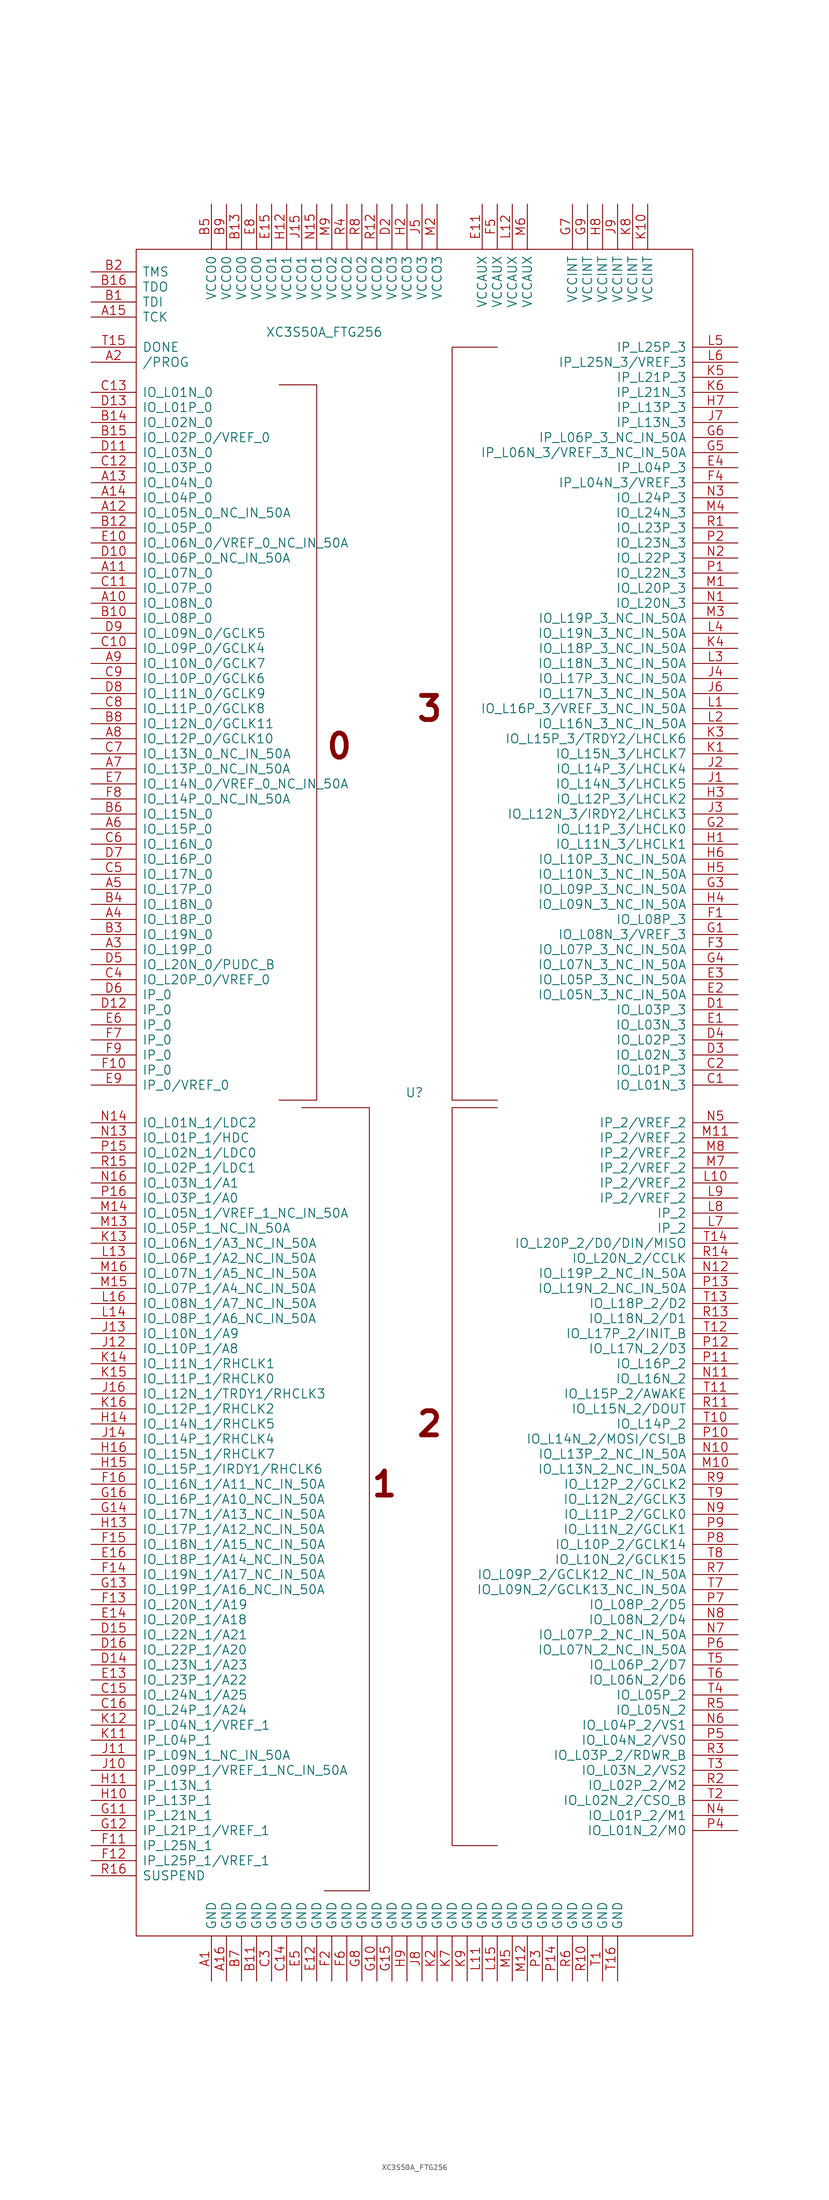
<source format=kicad_sym>
(kicad_symbol_lib
  (version 20211014)
  (generator kicad_symbol_editor)
  (symbol "XC3S50A_FTG256"
    (pin_names
      (offset 1.016))
    (property "Reference" "U"
      (at 0 0 0)
      (effects (font (size 1.524 1.524))))
    (property "Value" "XC3S50A_FTG256"
      (at -15.24 128.27 0)
      (effects (font (size 1.524 1.524))))
    (property "Footprint" ""
      (at 0 0 0)
      (effects (font (size 1.524 1.524))))
    (property "Datasheet" ""
      (at 0 0 0)
      (effects (font (size 1.524 1.524))))
    (symbol "XC3S50A_FTG256_0_0"
      (text "0" (at -12.7 58.42 0) (effects (font (size 4.064 4.064) bold)))
      (text "1" (at -5.08 -66.04 0) (effects (font (size 4.064 4.064) bold)))
      (text "2" (at 2.54 -55.88 0) (effects (font (size 4.064 4.064) bold)))
      (text "3" (at 2.54 64.77 0) (effects (font (size 4.064 4.064) bold))))
    (symbol "XC3S50A_FTG256_0_1"
      (rectangle (start -46.99 142.24) (end 46.99 -142.24) (stroke (width 0) (type default) (color 0 0 0 0)) (fill (type none)))
      (polyline (pts (xy -22.86 119.38) (xy -16.51 119.38) (xy -16.51 -1.27) (xy -22.86 -1.27) (xy -22.86 -1.27)) (stroke (width 0) (type default) (color 0 0 0 0)) (fill (type none)))
      (polyline (pts (xy -19.05 -2.54) (xy -7.62 -2.54) (xy -7.62 -134.62) (xy -15.24 -134.62) (xy -15.24 -134.62)) (stroke (width 0) (type default) (color 0 0 0 0)) (fill (type none)))
      (polyline (pts (xy 13.97 -2.54) (xy 6.35 -2.54) (xy 6.35 -127) (xy 13.97 -127) (xy 13.97 -127)) (stroke (width 0) (type default) (color 0 0 0 0)) (fill (type none)))
      (polyline (pts (xy 13.97 125.73) (xy 6.35 125.73) (xy 6.35 -1.27) (xy 13.97 -1.27) (xy 13.97 -1.27)) (stroke (width 0) (type default) (color 0 0 0 0)) (fill (type none))))
    (symbol "XC3S50A_FTG256_1_1"
      (pin power_in line (at -34.29 -149.86 90) (length 7.62) (name "GND" (effects (font (size 1.524 1.524)))) (number "A1" (effects (font (size 1.524 1.524)))))
      (pin bidirectional line (at -54.61 82.55 0) (length 7.62) (name "IO_L08N_0" (effects (font (size 1.524 1.524)))) (number "A10" (effects (font (size 1.524 1.524)))))
      (pin bidirectional line (at -54.61 87.63 0) (length 7.62) (name "IO_L07N_0" (effects (font (size 1.524 1.524)))) (number "A11" (effects (font (size 1.524 1.524)))))
      (pin bidirectional line (at -54.61 97.79 0) (length 7.62) (name "IO_L05N_0_NC_IN_50A" (effects (font (size 1.524 1.524)))) (number "A12" (effects (font (size 1.524 1.524)))))
      (pin bidirectional line (at -54.61 102.87 0) (length 7.62) (name "IO_L04N_0" (effects (font (size 1.524 1.524)))) (number "A13" (effects (font (size 1.524 1.524)))))
      (pin bidirectional line (at -54.61 100.33 0) (length 7.62) (name "IO_L04P_0" (effects (font (size 1.524 1.524)))) (number "A14" (effects (font (size 1.524 1.524)))))
      (pin input line (at -54.61 130.81 0) (length 7.62) (name "TCK" (effects (font (size 1.524 1.524)))) (number "A15" (effects (font (size 1.524 1.524)))))
      (pin power_in line (at -31.75 -149.86 90) (length 7.62) (name "GND" (effects (font (size 1.524 1.524)))) (number "A16" (effects (font (size 1.524 1.524)))))
      (pin bidirectional line (at -54.61 123.19 0) (length 7.62) (name "/PROG" (effects (font (size 1.524 1.524)))) (number "A2" (effects (font (size 1.524 1.524)))))
      (pin bidirectional line (at -54.61 24.13 0) (length 7.62) (name "IO_L19P_0" (effects (font (size 1.524 1.524)))) (number "A3" (effects (font (size 1.524 1.524)))))
      (pin bidirectional line (at -54.61 29.21 0) (length 7.62) (name "IO_L18P_0" (effects (font (size 1.524 1.524)))) (number "A4" (effects (font (size 1.524 1.524)))))
      (pin bidirectional line (at -54.61 34.29 0) (length 7.62) (name "IO_L17P_0" (effects (font (size 1.524 1.524)))) (number "A5" (effects (font (size 1.524 1.524)))))
      (pin bidirectional line (at -54.61 44.45 0) (length 7.62) (name "IO_L15P_0" (effects (font (size 1.524 1.524)))) (number "A6" (effects (font (size 1.524 1.524)))))
      (pin bidirectional line (at -54.61 54.61 0) (length 7.62) (name "IO_L13P_0_NC_IN_50A" (effects (font (size 1.524 1.524)))) (number "A7" (effects (font (size 1.524 1.524)))))
      (pin bidirectional line (at -54.61 59.69 0) (length 7.62) (name "IO_L12P_0/GCLK10" (effects (font (size 1.524 1.524)))) (number "A8" (effects (font (size 1.524 1.524)))))
      (pin bidirectional line (at -54.61 72.39 0) (length 7.62) (name "IO_L10N_0/GCLK7" (effects (font (size 1.524 1.524)))) (number "A9" (effects (font (size 1.524 1.524)))))
      (pin input line (at -54.61 133.35 0) (length 7.62) (name "TDI" (effects (font (size 1.524 1.524)))) (number "B1" (effects (font (size 1.524 1.524)))))
      (pin bidirectional line (at -54.61 80.01 0) (length 7.62) (name "IO_L08P_0" (effects (font (size 1.524 1.524)))) (number "B10" (effects (font (size 1.524 1.524)))))
      (pin power_in line (at -26.67 -149.86 90) (length 7.62) (name "GND" (effects (font (size 1.524 1.524)))) (number "B11" (effects (font (size 1.524 1.524)))))
      (pin bidirectional line (at -54.61 95.25 0) (length 7.62) (name "IO_L05P_0" (effects (font (size 1.524 1.524)))) (number "B12" (effects (font (size 1.524 1.524)))))
      (pin power_in line (at -29.21 149.86 270) (length 7.62) (name "VCCO0" (effects (font (size 1.524 1.524)))) (number "B13" (effects (font (size 1.524 1.524)))))
      (pin bidirectional line (at -54.61 113.03 0) (length 7.62) (name "IO_L02N_0" (effects (font (size 1.524 1.524)))) (number "B14" (effects (font (size 1.524 1.524)))))
      (pin bidirectional line (at -54.61 110.49 0) (length 7.62) (name "IO_L02P_0/VREF_0" (effects (font (size 1.524 1.524)))) (number "B15" (effects (font (size 1.524 1.524)))))
      (pin output line (at -54.61 135.89 0) (length 7.62) (name "TDO" (effects (font (size 1.524 1.524)))) (number "B16" (effects (font (size 1.524 1.524)))))
      (pin input line (at -54.61 138.43 0) (length 7.62) (name "TMS" (effects (font (size 1.524 1.524)))) (number "B2" (effects (font (size 1.524 1.524)))))
      (pin bidirectional line (at -54.61 26.67 0) (length 7.62) (name "IO_L19N_0" (effects (font (size 1.524 1.524)))) (number "B3" (effects (font (size 1.524 1.524)))))
      (pin bidirectional line (at -54.61 31.75 0) (length 7.62) (name "IO_L18N_0" (effects (font (size 1.524 1.524)))) (number "B4" (effects (font (size 1.524 1.524)))))
      (pin power_in line (at -34.29 149.86 270) (length 7.62) (name "VCCO0" (effects (font (size 1.524 1.524)))) (number "B5" (effects (font (size 1.524 1.524)))))
      (pin bidirectional line (at -54.61 46.99 0) (length 7.62) (name "IO_L15N_0" (effects (font (size 1.524 1.524)))) (number "B6" (effects (font (size 1.524 1.524)))))
      (pin power_in line (at -29.21 -149.86 90) (length 7.62) (name "GND" (effects (font (size 1.524 1.524)))) (number "B7" (effects (font (size 1.524 1.524)))))
      (pin bidirectional line (at -54.61 62.23 0) (length 7.62) (name "IO_L12N_0/GCLK11" (effects (font (size 1.524 1.524)))) (number "B8" (effects (font (size 1.524 1.524)))))
      (pin power_in line (at -31.75 149.86 270) (length 7.62) (name "VCCO0" (effects (font (size 1.524 1.524)))) (number "B9" (effects (font (size 1.524 1.524)))))
      (pin bidirectional line (at 54.61 1.27 180) (length 7.62) (name "IO_L01N_3" (effects (font (size 1.524 1.524)))) (number "C1" (effects (font (size 1.524 1.524)))))
      (pin bidirectional line (at -54.61 74.93 0) (length 7.62) (name "IO_L09P_0/GCLK4" (effects (font (size 1.524 1.524)))) (number "C10" (effects (font (size 1.524 1.524)))))
      (pin bidirectional line (at -54.61 85.09 0) (length 7.62) (name "IO_L07P_0" (effects (font (size 1.524 1.524)))) (number "C11" (effects (font (size 1.524 1.524)))))
      (pin bidirectional line (at -54.61 105.41 0) (length 7.62) (name "IO_L03P_0" (effects (font (size 1.524 1.524)))) (number "C12" (effects (font (size 1.524 1.524)))))
      (pin bidirectional line (at -54.61 118.11 0) (length 7.62) (name "IO_L01N_0" (effects (font (size 1.524 1.524)))) (number "C13" (effects (font (size 1.524 1.524)))))
      (pin power_in line (at -21.59 -149.86 90) (length 7.62) (name "GND" (effects (font (size 1.524 1.524)))) (number "C14" (effects (font (size 1.524 1.524)))))
      (pin bidirectional line (at -54.61 -101.6 0) (length 7.62) (name "IO_L24N_1/A25" (effects (font (size 1.524 1.524)))) (number "C15" (effects (font (size 1.524 1.524)))))
      (pin bidirectional line (at -54.61 -104.14 0) (length 7.62) (name "IO_L24P_1/A24" (effects (font (size 1.524 1.524)))) (number "C16" (effects (font (size 1.524 1.524)))))
      (pin bidirectional line (at 54.61 3.81 180) (length 7.62) (name "IO_L01P_3" (effects (font (size 1.524 1.524)))) (number "C2" (effects (font (size 1.524 1.524)))))
      (pin power_in line (at -24.13 -149.86 90) (length 7.62) (name "GND" (effects (font (size 1.524 1.524)))) (number "C3" (effects (font (size 1.524 1.524)))))
      (pin bidirectional line (at -54.61 19.05 0) (length 7.62) (name "IO_L20P_0/VREF_0" (effects (font (size 1.524 1.524)))) (number "C4" (effects (font (size 1.524 1.524)))))
      (pin bidirectional line (at -54.61 36.83 0) (length 7.62) (name "IO_L17N_0" (effects (font (size 1.524 1.524)))) (number "C5" (effects (font (size 1.524 1.524)))))
      (pin bidirectional line (at -54.61 41.91 0) (length 7.62) (name "IO_L16N_0" (effects (font (size 1.524 1.524)))) (number "C6" (effects (font (size 1.524 1.524)))))
      (pin bidirectional line (at -54.61 57.15 0) (length 7.62) (name "IO_L13N_0_NC_IN_50A" (effects (font (size 1.524 1.524)))) (number "C7" (effects (font (size 1.524 1.524)))))
      (pin bidirectional line (at -54.61 64.77 0) (length 7.62) (name "IO_L11P_0/GCLK8" (effects (font (size 1.524 1.524)))) (number "C8" (effects (font (size 1.524 1.524)))))
      (pin bidirectional line (at -54.61 69.85 0) (length 7.62) (name "IO_L10P_0/GCLK6" (effects (font (size 1.524 1.524)))) (number "C9" (effects (font (size 1.524 1.524)))))
      (pin bidirectional line (at 54.61 13.97 180) (length 7.62) (name "IO_L03P_3" (effects (font (size 1.524 1.524)))) (number "D1" (effects (font (size 1.524 1.524)))))
      (pin bidirectional line (at -54.61 90.17 0) (length 7.62) (name "IO_L06P_0_NC_IN_50A" (effects (font (size 1.524 1.524)))) (number "D10" (effects (font (size 1.524 1.524)))))
      (pin bidirectional line (at -54.61 107.95 0) (length 7.62) (name "IO_L03N_0" (effects (font (size 1.524 1.524)))) (number "D11" (effects (font (size 1.524 1.524)))))
      (pin input line (at -54.61 13.97 0) (length 7.62) (name "IP_0" (effects (font (size 1.524 1.524)))) (number "D12" (effects (font (size 1.524 1.524)))))
      (pin bidirectional line (at -54.61 115.57 0) (length 7.62) (name "IO_L01P_0" (effects (font (size 1.524 1.524)))) (number "D13" (effects (font (size 1.524 1.524)))))
      (pin bidirectional line (at -54.61 -96.52 0) (length 7.62) (name "IO_L23N_1/A23" (effects (font (size 1.524 1.524)))) (number "D14" (effects (font (size 1.524 1.524)))))
      (pin bidirectional line (at -54.61 -91.44 0) (length 7.62) (name "IO_L22N_1/A21" (effects (font (size 1.524 1.524)))) (number "D15" (effects (font (size 1.524 1.524)))))
      (pin bidirectional line (at -54.61 -93.98 0) (length 7.62) (name "IO_L22P_1/A20" (effects (font (size 1.524 1.524)))) (number "D16" (effects (font (size 1.524 1.524)))))
      (pin passive line (at -3.81 149.86 270) (length 7.62) (name "VCCO3" (effects (font (size 1.524 1.524)))) (number "D2" (effects (font (size 1.524 1.524)))))
      (pin bidirectional line (at 54.61 6.35 180) (length 7.62) (name "IO_L02N_3" (effects (font (size 1.524 1.524)))) (number "D3" (effects (font (size 1.524 1.524)))))
      (pin bidirectional line (at 54.61 8.89 180) (length 7.62) (name "IO_L02P_3" (effects (font (size 1.524 1.524)))) (number "D4" (effects (font (size 1.524 1.524)))))
      (pin bidirectional line (at -54.61 21.59 0) (length 7.62) (name "IO_L20N_0/PUDC_B" (effects (font (size 1.524 1.524)))) (number "D5" (effects (font (size 1.524 1.524)))))
      (pin input line (at -54.61 16.51 0) (length 7.62) (name "IP_0" (effects (font (size 1.524 1.524)))) (number "D6" (effects (font (size 1.524 1.524)))))
      (pin bidirectional line (at -54.61 39.37 0) (length 7.62) (name "IO_L16P_0" (effects (font (size 1.524 1.524)))) (number "D7" (effects (font (size 1.524 1.524)))))
      (pin bidirectional line (at -54.61 67.31 0) (length 7.62) (name "IO_L11N_0/GCLK9" (effects (font (size 1.524 1.524)))) (number "D8" (effects (font (size 1.524 1.524)))))
      (pin bidirectional line (at -54.61 77.47 0) (length 7.62) (name "IO_L09N_0/GCLK5" (effects (font (size 1.524 1.524)))) (number "D9" (effects (font (size 1.524 1.524)))))
      (pin bidirectional line (at 54.61 11.43 180) (length 7.62) (name "IO_L03N_3" (effects (font (size 1.524 1.524)))) (number "E1" (effects (font (size 1.524 1.524)))))
      (pin bidirectional line (at -54.61 92.71 0) (length 7.62) (name "IO_L06N_0/VREF_0_NC_IN_50A" (effects (font (size 1.524 1.524)))) (number "E10" (effects (font (size 1.524 1.524)))))
      (pin power_in line (at 11.43 149.86 270) (length 7.62) (name "VCCAUX" (effects (font (size 1.524 1.524)))) (number "E11" (effects (font (size 1.524 1.524)))))
      (pin power_in line (at -16.51 -149.86 90) (length 7.62) (name "GND" (effects (font (size 1.524 1.524)))) (number "E12" (effects (font (size 1.524 1.524)))))
      (pin bidirectional line (at -54.61 -99.06 0) (length 7.62) (name "IO_L23P_1/A22" (effects (font (size 1.524 1.524)))) (number "E13" (effects (font (size 1.524 1.524)))))
      (pin bidirectional line (at -54.61 -88.9 0) (length 7.62) (name "IO_L20P_1/A18" (effects (font (size 1.524 1.524)))) (number "E14" (effects (font (size 1.524 1.524)))))
      (pin power_in line (at -24.13 149.86 270) (length 7.62) (name "VCCO1" (effects (font (size 1.524 1.524)))) (number "E15" (effects (font (size 1.524 1.524)))))
      (pin bidirectional line (at -54.61 -78.74 0) (length 7.62) (name "IO_L18P_1/A14_NC_IN_50A" (effects (font (size 1.524 1.524)))) (number "E16" (effects (font (size 1.524 1.524)))))
      (pin bidirectional line (at 54.61 16.51 180) (length 7.62) (name "IO_L05N_3_NC_IN_50A" (effects (font (size 1.524 1.524)))) (number "E2" (effects (font (size 1.524 1.524)))))
      (pin bidirectional line (at 54.61 19.05 180) (length 7.62) (name "IO_L05P_3_NC_IN_50A" (effects (font (size 1.524 1.524)))) (number "E3" (effects (font (size 1.524 1.524)))))
      (pin input line (at 54.61 105.41 180) (length 7.62) (name "IP_L04P_3" (effects (font (size 1.524 1.524)))) (number "E4" (effects (font (size 1.524 1.524)))))
      (pin power_in line (at -19.05 -149.86 90) (length 7.62) (name "GND" (effects (font (size 1.524 1.524)))) (number "E5" (effects (font (size 1.524 1.524)))))
      (pin input line (at -54.61 11.43 0) (length 7.62) (name "IP_0" (effects (font (size 1.524 1.524)))) (number "E6" (effects (font (size 1.524 1.524)))))
      (pin bidirectional line (at -54.61 52.07 0) (length 7.62) (name "IO_L14N_0/VREF_0_NC_IN_50A" (effects (font (size 1.524 1.524)))) (number "E7" (effects (font (size 1.524 1.524)))))
      (pin power_in line (at -26.67 149.86 270) (length 7.62) (name "VCCO0" (effects (font (size 1.524 1.524)))) (number "E8" (effects (font (size 1.524 1.524)))))
      (pin input line (at -54.61 1.27 0) (length 7.62) (name "IP_0/VREF_0" (effects (font (size 1.524 1.524)))) (number "E9" (effects (font (size 1.524 1.524)))))
      (pin bidirectional line (at 54.61 29.21 180) (length 7.62) (name "IO_L08P_3" (effects (font (size 1.524 1.524)))) (number "F1" (effects (font (size 1.524 1.524)))))
      (pin input line (at -54.61 3.81 0) (length 7.62) (name "IP_0" (effects (font (size 1.524 1.524)))) (number "F10" (effects (font (size 1.524 1.524)))))
      (pin input line (at -54.61 -127 0) (length 7.62) (name "IP_L25N_1" (effects (font (size 1.524 1.524)))) (number "F11" (effects (font (size 1.524 1.524)))))
      (pin input line (at -54.61 -129.54 0) (length 7.62) (name "IP_L25P_1/VREF_1" (effects (font (size 1.524 1.524)))) (number "F12" (effects (font (size 1.524 1.524)))))
      (pin bidirectional line (at -54.61 -86.36 0) (length 7.62) (name "IO_L20N_1/A19" (effects (font (size 1.524 1.524)))) (number "F13" (effects (font (size 1.524 1.524)))))
      (pin bidirectional line (at -54.61 -81.28 0) (length 7.62) (name "IO_L19N_1/A17_NC_IN_50A" (effects (font (size 1.524 1.524)))) (number "F14" (effects (font (size 1.524 1.524)))))
      (pin bidirectional line (at -54.61 -76.2 0) (length 7.62) (name "IO_L18N_1/A15_NC_IN_50A" (effects (font (size 1.524 1.524)))) (number "F15" (effects (font (size 1.524 1.524)))))
      (pin bidirectional line (at -54.61 -66.04 0) (length 7.62) (name "IO_L16N_1/A11_NC_IN_50A" (effects (font (size 1.524 1.524)))) (number "F16" (effects (font (size 1.524 1.524)))))
      (pin power_in line (at -13.97 -149.86 90) (length 7.62) (name "GND" (effects (font (size 1.524 1.524)))) (number "F2" (effects (font (size 1.524 1.524)))))
      (pin bidirectional line (at 54.61 24.13 180) (length 7.62) (name "IO_L07P_3_NC_IN_50A" (effects (font (size 1.524 1.524)))) (number "F3" (effects (font (size 1.524 1.524)))))
      (pin input line (at 54.61 102.87 180) (length 7.62) (name "IP_L04N_3/VREF_3" (effects (font (size 1.524 1.524)))) (number "F4" (effects (font (size 1.524 1.524)))))
      (pin power_in line (at 13.97 149.86 270) (length 7.62) (name "VCCAUX" (effects (font (size 1.524 1.524)))) (number "F5" (effects (font (size 1.524 1.524)))))
      (pin power_in line (at -11.43 -149.86 90) (length 7.62) (name "GND" (effects (font (size 1.524 1.524)))) (number "F6" (effects (font (size 1.524 1.524)))))
      (pin input line (at -54.61 8.89 0) (length 7.62) (name "IP_0" (effects (font (size 1.524 1.524)))) (number "F7" (effects (font (size 1.524 1.524)))))
      (pin bidirectional line (at -54.61 49.53 0) (length 7.62) (name "IO_L14P_0_NC_IN_50A" (effects (font (size 1.524 1.524)))) (number "F8" (effects (font (size 1.524 1.524)))))
      (pin input line (at -54.61 6.35 0) (length 7.62) (name "IP_0" (effects (font (size 1.524 1.524)))) (number "F9" (effects (font (size 1.524 1.524)))))
      (pin bidirectional line (at 54.61 26.67 180) (length 7.62) (name "IO_L08N_3/VREF_3" (effects (font (size 1.524 1.524)))) (number "G1" (effects (font (size 1.524 1.524)))))
      (pin power_in line (at -6.35 -149.86 90) (length 7.62) (name "GND" (effects (font (size 1.524 1.524)))) (number "G10" (effects (font (size 1.524 1.524)))))
      (pin input line (at -54.61 -121.92 0) (length 7.62) (name "IP_L21N_1" (effects (font (size 1.524 1.524)))) (number "G11" (effects (font (size 1.524 1.524)))))
      (pin input line (at -54.61 -124.46 0) (length 7.62) (name "IP_L21P_1/VREF_1" (effects (font (size 1.524 1.524)))) (number "G12" (effects (font (size 1.524 1.524)))))
      (pin bidirectional line (at -54.61 -83.82 0) (length 7.62) (name "IO_L19P_1/A16_NC_IN_50A" (effects (font (size 1.524 1.524)))) (number "G13" (effects (font (size 1.524 1.524)))))
      (pin bidirectional line (at -54.61 -71.12 0) (length 7.62) (name "IO_L17N_1/A13_NC_IN_50A" (effects (font (size 1.524 1.524)))) (number "G14" (effects (font (size 1.524 1.524)))))
      (pin power_in line (at -3.81 -149.86 90) (length 7.62) (name "GND" (effects (font (size 1.524 1.524)))) (number "G15" (effects (font (size 1.524 1.524)))))
      (pin bidirectional line (at -54.61 -68.58 0) (length 7.62) (name "IO_L16P_1/A10_NC_IN_50A" (effects (font (size 1.524 1.524)))) (number "G16" (effects (font (size 1.524 1.524)))))
      (pin bidirectional line (at 54.61 44.45 180) (length 7.62) (name "IO_L11P_3/LHCLK0" (effects (font (size 1.524 1.524)))) (number "G2" (effects (font (size 1.524 1.524)))))
      (pin bidirectional line (at 54.61 34.29 180) (length 7.62) (name "IO_L09P_3_NC_IN_50A" (effects (font (size 1.524 1.524)))) (number "G3" (effects (font (size 1.524 1.524)))))
      (pin bidirectional line (at 54.61 21.59 180) (length 7.62) (name "IO_L07N_3_NC_IN_50A" (effects (font (size 1.524 1.524)))) (number "G4" (effects (font (size 1.524 1.524)))))
      (pin input line (at 54.61 107.95 180) (length 7.62) (name "IP_L06N_3/VREF_3_NC_IN_50A" (effects (font (size 1.524 1.524)))) (number "G5" (effects (font (size 1.524 1.524)))))
      (pin input line (at 54.61 110.49 180) (length 7.62) (name "IP_L06P_3_NC_IN_50A" (effects (font (size 1.524 1.524)))) (number "G6" (effects (font (size 1.524 1.524)))))
      (pin power_in line (at 26.67 149.86 270) (length 7.62) (name "VCCINT" (effects (font (size 1.524 1.524)))) (number "G7" (effects (font (size 1.524 1.524)))))
      (pin power_in line (at -8.89 -149.86 90) (length 7.62) (name "GND" (effects (font (size 1.524 1.524)))) (number "G8" (effects (font (size 1.524 1.524)))))
      (pin power_in line (at 29.21 149.86 270) (length 7.62) (name "VCCINT" (effects (font (size 1.524 1.524)))) (number "G9" (effects (font (size 1.524 1.524)))))
      (pin bidirectional line (at 54.61 41.91 180) (length 7.62) (name "IO_L11N_3/LHCLK1" (effects (font (size 1.524 1.524)))) (number "H1" (effects (font (size 1.524 1.524)))))
      (pin input line (at -54.61 -119.38 0) (length 7.62) (name "IP_L13P_1" (effects (font (size 1.524 1.524)))) (number "H10" (effects (font (size 1.524 1.524)))))
      (pin input line (at -54.61 -116.84 0) (length 7.62) (name "IP_L13N_1" (effects (font (size 1.524 1.524)))) (number "H11" (effects (font (size 1.524 1.524)))))
      (pin power_in line (at -21.59 149.86 270) (length 7.62) (name "VCCO1" (effects (font (size 1.524 1.524)))) (number "H12" (effects (font (size 1.524 1.524)))))
      (pin bidirectional line (at -54.61 -73.66 0) (length 7.62) (name "IO_L17P_1/A12_NC_IN_50A" (effects (font (size 1.524 1.524)))) (number "H13" (effects (font (size 1.524 1.524)))))
      (pin bidirectional line (at -54.61 -55.88 0) (length 7.62) (name "IO_L14N_1/RHCLK5" (effects (font (size 1.524 1.524)))) (number "H14" (effects (font (size 1.524 1.524)))))
      (pin bidirectional line (at -54.61 -63.5 0) (length 7.62) (name "IO_L15P_1/IRDY1/RHCLK6" (effects (font (size 1.524 1.524)))) (number "H15" (effects (font (size 1.524 1.524)))))
      (pin bidirectional line (at -54.61 -60.96 0) (length 7.62) (name "IO_L15N_1/RHCLK7" (effects (font (size 1.524 1.524)))) (number "H16" (effects (font (size 1.524 1.524)))))
      (pin power_in line (at -1.27 149.86 270) (length 7.62) (name "VCCO3" (effects (font (size 1.524 1.524)))) (number "H2" (effects (font (size 1.524 1.524)))))
      (pin bidirectional line (at 54.61 49.53 180) (length 7.62) (name "IO_L12P_3/LHCLK2" (effects (font (size 1.524 1.524)))) (number "H3" (effects (font (size 1.524 1.524)))))
      (pin bidirectional line (at 54.61 31.75 180) (length 7.62) (name "IO_L09N_3_NC_IN_50A" (effects (font (size 1.524 1.524)))) (number "H4" (effects (font (size 1.524 1.524)))))
      (pin bidirectional line (at 54.61 36.83 180) (length 7.62) (name "IO_L10N_3_NC_IN_50A" (effects (font (size 1.524 1.524)))) (number "H5" (effects (font (size 1.524 1.524)))))
      (pin bidirectional line (at 54.61 39.37 180) (length 7.62) (name "IO_L10P_3_NC_IN_50A" (effects (font (size 1.524 1.524)))) (number "H6" (effects (font (size 1.524 1.524)))))
      (pin input line (at 54.61 115.57 180) (length 7.62) (name "IP_L13P_3" (effects (font (size 1.524 1.524)))) (number "H7" (effects (font (size 1.524 1.524)))))
      (pin power_in line (at 31.75 149.86 270) (length 7.62) (name "VCCINT" (effects (font (size 1.524 1.524)))) (number "H8" (effects (font (size 1.524 1.524)))))
      (pin power_in line (at -1.27 -149.86 90) (length 7.62) (name "GND" (effects (font (size 1.524 1.524)))) (number "H9" (effects (font (size 1.524 1.524)))))
      (pin bidirectional line (at 54.61 52.07 180) (length 7.62) (name "IO_L14N_3/LHCLK5" (effects (font (size 1.524 1.524)))) (number "J1" (effects (font (size 1.524 1.524)))))
      (pin input line (at -54.61 -114.3 0) (length 7.62) (name "IP_L09P_1/VREF_1_NC_IN_50A" (effects (font (size 1.524 1.524)))) (number "J10" (effects (font (size 1.524 1.524)))))
      (pin input line (at -54.61 -111.76 0) (length 7.62) (name "IP_L09N_1_NC_IN_50A" (effects (font (size 1.524 1.524)))) (number "J11" (effects (font (size 1.524 1.524)))))
      (pin bidirectional line (at -54.61 -43.18 0) (length 7.62) (name "IO_L10P_1/A8" (effects (font (size 1.524 1.524)))) (number "J12" (effects (font (size 1.524 1.524)))))
      (pin bidirectional line (at -54.61 -40.64 0) (length 7.62) (name "IO_L10N_1/A9" (effects (font (size 1.524 1.524)))) (number "J13" (effects (font (size 1.524 1.524)))))
      (pin bidirectional line (at -54.61 -58.42 0) (length 7.62) (name "IO_L14P_1/RHCLK4" (effects (font (size 1.524 1.524)))) (number "J14" (effects (font (size 1.524 1.524)))))
      (pin power_in line (at -19.05 149.86 270) (length 7.62) (name "VCCO1" (effects (font (size 1.524 1.524)))) (number "J15" (effects (font (size 1.524 1.524)))))
      (pin bidirectional line (at -54.61 -50.8 0) (length 7.62) (name "IO_L12N_1/TRDY1/RHCLK3" (effects (font (size 1.524 1.524)))) (number "J16" (effects (font (size 1.524 1.524)))))
      (pin bidirectional line (at 54.61 54.61 180) (length 7.62) (name "IO_L14P_3/LHCLK4" (effects (font (size 1.524 1.524)))) (number "J2" (effects (font (size 1.524 1.524)))))
      (pin bidirectional line (at 54.61 46.99 180) (length 7.62) (name "IO_L12N_3/IRDY2/LHCLK3" (effects (font (size 1.524 1.524)))) (number "J3" (effects (font (size 1.524 1.524)))))
      (pin bidirectional line (at 54.61 69.85 180) (length 7.62) (name "IO_L17P_3_NC_IN_50A" (effects (font (size 1.524 1.524)))) (number "J4" (effects (font (size 1.524 1.524)))))
      (pin power_in line (at 1.27 149.86 270) (length 7.62) (name "VCCO3" (effects (font (size 1.524 1.524)))) (number "J5" (effects (font (size 1.524 1.524)))))
      (pin bidirectional line (at 54.61 67.31 180) (length 7.62) (name "IO_L17N_3_NC_IN_50A" (effects (font (size 1.524 1.524)))) (number "J6" (effects (font (size 1.524 1.524)))))
      (pin input line (at 54.61 113.03 180) (length 7.62) (name "IP_L13N_3" (effects (font (size 1.524 1.524)))) (number "J7" (effects (font (size 1.524 1.524)))))
      (pin power_in line (at 1.27 -149.86 90) (length 7.62) (name "GND" (effects (font (size 1.524 1.524)))) (number "J8" (effects (font (size 1.524 1.524)))))
      (pin power_in line (at 34.29 149.86 270) (length 7.62) (name "VCCINT" (effects (font (size 1.524 1.524)))) (number "J9" (effects (font (size 1.524 1.524)))))
      (pin bidirectional line (at 54.61 57.15 180) (length 7.62) (name "IO_L15N_3/LHCLK7" (effects (font (size 1.524 1.524)))) (number "K1" (effects (font (size 1.524 1.524)))))
      (pin power_in line (at 39.37 149.86 270) (length 7.62) (name "VCCINT" (effects (font (size 1.524 1.524)))) (number "K10" (effects (font (size 1.524 1.524)))))
      (pin input line (at -54.61 -109.22 0) (length 7.62) (name "IP_L04P_1" (effects (font (size 1.524 1.524)))) (number "K11" (effects (font (size 1.524 1.524)))))
      (pin input line (at -54.61 -106.68 0) (length 7.62) (name "IP_L04N_1/VREF_1" (effects (font (size 1.524 1.524)))) (number "K12" (effects (font (size 1.524 1.524)))))
      (pin bidirectional line (at -54.61 -25.4 0) (length 7.62) (name "IO_L06N_1/A3_NC_IN_50A" (effects (font (size 1.524 1.524)))) (number "K13" (effects (font (size 1.524 1.524)))))
      (pin bidirectional line (at -54.61 -45.72 0) (length 7.62) (name "IO_L11N_1/RHCLK1" (effects (font (size 1.524 1.524)))) (number "K14" (effects (font (size 1.524 1.524)))))
      (pin bidirectional line (at -54.61 -48.26 0) (length 7.62) (name "IO_L11P_1/RHCLK0" (effects (font (size 1.524 1.524)))) (number "K15" (effects (font (size 1.524 1.524)))))
      (pin bidirectional line (at -54.61 -53.34 0) (length 7.62) (name "IO_L12P_1/RHCLK2" (effects (font (size 1.524 1.524)))) (number "K16" (effects (font (size 1.524 1.524)))))
      (pin power_in line (at 3.81 -149.86 90) (length 7.62) (name "GND" (effects (font (size 1.524 1.524)))) (number "K2" (effects (font (size 1.524 1.524)))))
      (pin bidirectional line (at 54.61 59.69 180) (length 7.62) (name "IO_L15P_3/TRDY2/LHCLK6" (effects (font (size 1.524 1.524)))) (number "K3" (effects (font (size 1.524 1.524)))))
      (pin bidirectional line (at 54.61 74.93 180) (length 7.62) (name "IO_L18P_3_NC_IN_50A" (effects (font (size 1.524 1.524)))) (number "K4" (effects (font (size 1.524 1.524)))))
      (pin input line (at 54.61 120.65 180) (length 7.62) (name "IP_L21P_3" (effects (font (size 1.524 1.524)))) (number "K5" (effects (font (size 1.524 1.524)))))
      (pin input line (at 54.61 118.11 180) (length 7.62) (name "IP_L21N_3" (effects (font (size 1.524 1.524)))) (number "K6" (effects (font (size 1.524 1.524)))))
      (pin power_in line (at 6.35 -149.86 90) (length 7.62) (name "GND" (effects (font (size 1.524 1.524)))) (number "K7" (effects (font (size 1.524 1.524)))))
      (pin power_in line (at 36.83 149.86 270) (length 7.62) (name "VCCINT" (effects (font (size 1.524 1.524)))) (number "K8" (effects (font (size 1.524 1.524)))))
      (pin power_in line (at 8.89 -149.86 90) (length 7.62) (name "GND" (effects (font (size 1.524 1.524)))) (number "K9" (effects (font (size 1.524 1.524)))))
      (pin bidirectional line (at 54.61 64.77 180) (length 7.62) (name "IO_L16P_3/VREF_3_NC_IN_50A" (effects (font (size 1.524 1.524)))) (number "L1" (effects (font (size 1.524 1.524)))))
      (pin input line (at 54.61 -15.24 180) (length 7.62) (name "IP_2/VREF_2" (effects (font (size 1.524 1.524)))) (number "L10" (effects (font (size 1.524 1.524)))))
      (pin power_in line (at 11.43 -149.86 90) (length 7.62) (name "GND" (effects (font (size 1.524 1.524)))) (number "L11" (effects (font (size 1.524 1.524)))))
      (pin power_in line (at 16.51 149.86 270) (length 7.62) (name "VCCAUX" (effects (font (size 1.524 1.524)))) (number "L12" (effects (font (size 1.524 1.524)))))
      (pin bidirectional line (at -54.61 -27.94 0) (length 7.62) (name "IO_L06P_1/A2_NC_IN_50A" (effects (font (size 1.524 1.524)))) (number "L13" (effects (font (size 1.524 1.524)))))
      (pin bidirectional line (at -54.61 -38.1 0) (length 7.62) (name "IO_L08P_1/A6_NC_IN_50A" (effects (font (size 1.524 1.524)))) (number "L14" (effects (font (size 1.524 1.524)))))
      (pin power_in line (at 13.97 -149.86 90) (length 7.62) (name "GND" (effects (font (size 1.524 1.524)))) (number "L15" (effects (font (size 1.524 1.524)))))
      (pin bidirectional line (at -54.61 -35.56 0) (length 7.62) (name "IO_L08N_1/A7_NC_IN_50A" (effects (font (size 1.524 1.524)))) (number "L16" (effects (font (size 1.524 1.524)))))
      (pin bidirectional line (at 54.61 62.23 180) (length 7.62) (name "IO_L16N_3_NC_IN_50A" (effects (font (size 1.524 1.524)))) (number "L2" (effects (font (size 1.524 1.524)))))
      (pin bidirectional line (at 54.61 72.39 180) (length 7.62) (name "IO_L18N_3_NC_IN_50A" (effects (font (size 1.524 1.524)))) (number "L3" (effects (font (size 1.524 1.524)))))
      (pin bidirectional line (at 54.61 77.47 180) (length 7.62) (name "IO_L19N_3_NC_IN_50A" (effects (font (size 1.524 1.524)))) (number "L4" (effects (font (size 1.524 1.524)))))
      (pin input line (at 54.61 125.73 180) (length 7.62) (name "IP_L25P_3" (effects (font (size 1.524 1.524)))) (number "L5" (effects (font (size 1.524 1.524)))))
      (pin input line (at 54.61 123.19 180) (length 7.62) (name "IP_L25N_3/VREF_3" (effects (font (size 1.524 1.524)))) (number "L6" (effects (font (size 1.524 1.524)))))
      (pin input line (at 54.61 -22.86 180) (length 7.62) (name "IP_2" (effects (font (size 1.524 1.524)))) (number "L7" (effects (font (size 1.524 1.524)))))
      (pin input line (at 54.61 -20.32 180) (length 7.62) (name "IP_2" (effects (font (size 1.524 1.524)))) (number "L8" (effects (font (size 1.524 1.524)))))
      (pin input line (at 54.61 -17.78 180) (length 7.62) (name "IP_2/VREF_2" (effects (font (size 1.524 1.524)))) (number "L9" (effects (font (size 1.524 1.524)))))
      (pin bidirectional line (at 54.61 85.09 180) (length 7.62) (name "IO_L20P_3" (effects (font (size 1.524 1.524)))) (number "M1" (effects (font (size 1.524 1.524)))))
      (pin bidirectional line (at 54.61 -63.5 180) (length 7.62) (name "IO_L13N_2_NC_IN_50A" (effects (font (size 1.524 1.524)))) (number "M10" (effects (font (size 1.524 1.524)))))
      (pin input line (at 54.61 -7.62 180) (length 7.62) (name "IP_2/VREF_2" (effects (font (size 1.524 1.524)))) (number "M11" (effects (font (size 1.524 1.524)))))
      (pin power_in line (at 19.05 -149.86 90) (length 7.62) (name "GND" (effects (font (size 1.524 1.524)))) (number "M12" (effects (font (size 1.524 1.524)))))
      (pin bidirectional line (at -54.61 -22.86 0) (length 7.62) (name "IO_L05P_1_NC_IN_50A" (effects (font (size 1.524 1.524)))) (number "M13" (effects (font (size 1.524 1.524)))))
      (pin bidirectional line (at -54.61 -20.32 0) (length 7.62) (name "IO_L05N_1/VREF_1_NC_IN_50A" (effects (font (size 1.524 1.524)))) (number "M14" (effects (font (size 1.524 1.524)))))
      (pin bidirectional line (at -54.61 -33.02 0) (length 7.62) (name "IO_L07P_1/A4_NC_IN_50A" (effects (font (size 1.524 1.524)))) (number "M15" (effects (font (size 1.524 1.524)))))
      (pin bidirectional line (at -54.61 -30.48 0) (length 7.62) (name "IO_L07N_1/A5_NC_IN_50A" (effects (font (size 1.524 1.524)))) (number "M16" (effects (font (size 1.524 1.524)))))
      (pin power_in line (at 3.81 149.86 270) (length 7.62) (name "VCCO3" (effects (font (size 1.524 1.524)))) (number "M2" (effects (font (size 1.524 1.524)))))
      (pin bidirectional line (at 54.61 80.01 180) (length 7.62) (name "IO_L19P_3_NC_IN_50A" (effects (font (size 1.524 1.524)))) (number "M3" (effects (font (size 1.524 1.524)))))
      (pin bidirectional line (at 54.61 97.79 180) (length 7.62) (name "IO_L24N_3" (effects (font (size 1.524 1.524)))) (number "M4" (effects (font (size 1.524 1.524)))))
      (pin power_in line (at 16.51 -149.86 90) (length 7.62) (name "GND" (effects (font (size 1.524 1.524)))) (number "M5" (effects (font (size 1.524 1.524)))))
      (pin power_in line (at 19.05 149.86 270) (length 7.62) (name "VCCAUX" (effects (font (size 1.524 1.524)))) (number "M6" (effects (font (size 1.524 1.524)))))
      (pin input line (at 54.61 -12.7 180) (length 7.62) (name "IP_2/VREF_2" (effects (font (size 1.524 1.524)))) (number "M7" (effects (font (size 1.524 1.524)))))
      (pin input line (at 54.61 -10.16 180) (length 7.62) (name "IP_2/VREF_2" (effects (font (size 1.524 1.524)))) (number "M8" (effects (font (size 1.524 1.524)))))
      (pin power_in line (at -13.97 149.86 270) (length 7.62) (name "VCCO2" (effects (font (size 1.524 1.524)))) (number "M9" (effects (font (size 1.524 1.524)))))
      (pin bidirectional line (at 54.61 82.55 180) (length 7.62) (name "IO_L20N_3" (effects (font (size 1.524 1.524)))) (number "N1" (effects (font (size 1.524 1.524)))))
      (pin bidirectional line (at 54.61 -60.96 180) (length 7.62) (name "IO_L13P_2_NC_IN_50A" (effects (font (size 1.524 1.524)))) (number "N10" (effects (font (size 1.524 1.524)))))
      (pin bidirectional line (at 54.61 -48.26 180) (length 7.62) (name "IO_L16N_2" (effects (font (size 1.524 1.524)))) (number "N11" (effects (font (size 1.524 1.524)))))
      (pin bidirectional line (at 54.61 -30.48 180) (length 7.62) (name "IO_L19P_2_NC_IN_50A" (effects (font (size 1.524 1.524)))) (number "N12" (effects (font (size 1.524 1.524)))))
      (pin bidirectional line (at -54.61 -7.62 0) (length 7.62) (name "IO_L01P_1/HDC" (effects (font (size 1.524 1.524)))) (number "N13" (effects (font (size 1.524 1.524)))))
      (pin bidirectional line (at -54.61 -5.08 0) (length 7.62) (name "IO_L01N_1/LDC2" (effects (font (size 1.524 1.524)))) (number "N14" (effects (font (size 1.524 1.524)))))
      (pin power_in line (at -16.51 149.86 270) (length 7.62) (name "VCCO1" (effects (font (size 1.524 1.524)))) (number "N15" (effects (font (size 1.524 1.524)))))
      (pin bidirectional line (at -54.61 -15.24 0) (length 7.62) (name "IO_L03N_1/A1" (effects (font (size 1.524 1.524)))) (number "N16" (effects (font (size 1.524 1.524)))))
      (pin bidirectional line (at 54.61 90.17 180) (length 7.62) (name "IO_L22P_3" (effects (font (size 1.524 1.524)))) (number "N2" (effects (font (size 1.524 1.524)))))
      (pin bidirectional line (at 54.61 100.33 180) (length 7.62) (name "IO_L24P_3" (effects (font (size 1.524 1.524)))) (number "N3" (effects (font (size 1.524 1.524)))))
      (pin bidirectional line (at 54.61 -121.92 180) (length 7.62) (name "IO_L01P_2/M1" (effects (font (size 1.524 1.524)))) (number "N4" (effects (font (size 1.524 1.524)))))
      (pin input line (at 54.61 -5.08 180) (length 7.62) (name "IP_2/VREF_2" (effects (font (size 1.524 1.524)))) (number "N5" (effects (font (size 1.524 1.524)))))
      (pin bidirectional line (at 54.61 -106.68 180) (length 7.62) (name "IO_L04P_2/VS1" (effects (font (size 1.524 1.524)))) (number "N6" (effects (font (size 1.524 1.524)))))
      (pin bidirectional line (at 54.61 -91.44 180) (length 7.62) (name "IO_L07P_2_NC_IN_50A" (effects (font (size 1.524 1.524)))) (number "N7" (effects (font (size 1.524 1.524)))))
      (pin bidirectional line (at 54.61 -88.9 180) (length 7.62) (name "IO_L08N_2/D4" (effects (font (size 1.524 1.524)))) (number "N8" (effects (font (size 1.524 1.524)))))
      (pin bidirectional line (at 54.61 -71.12 180) (length 7.62) (name "IO_L11P_2/GCLK0" (effects (font (size 1.524 1.524)))) (number "N9" (effects (font (size 1.524 1.524)))))
      (pin bidirectional line (at 54.61 87.63 180) (length 7.62) (name "IO_L22N_3" (effects (font (size 1.524 1.524)))) (number "P1" (effects (font (size 1.524 1.524)))))
      (pin bidirectional line (at 54.61 -58.42 180) (length 7.62) (name "IO_L14N_2/MOSI/CSI_B" (effects (font (size 1.524 1.524)))) (number "P10" (effects (font (size 1.524 1.524)))))
      (pin bidirectional line (at 54.61 -45.72 180) (length 7.62) (name "IO_L16P_2" (effects (font (size 1.524 1.524)))) (number "P11" (effects (font (size 1.524 1.524)))))
      (pin bidirectional line (at 54.61 -43.18 180) (length 7.62) (name "IO_L17N_2/D3" (effects (font (size 1.524 1.524)))) (number "P12" (effects (font (size 1.524 1.524)))))
      (pin bidirectional line (at 54.61 -33.02 180) (length 7.62) (name "IO_L19N_2_NC_IN_50A" (effects (font (size 1.524 1.524)))) (number "P13" (effects (font (size 1.524 1.524)))))
      (pin power_in line (at 24.13 -149.86 90) (length 7.62) (name "GND" (effects (font (size 1.524 1.524)))) (number "P14" (effects (font (size 1.524 1.524)))))
      (pin bidirectional line (at -54.61 -10.16 0) (length 7.62) (name "IO_L02N_1/LDC0" (effects (font (size 1.524 1.524)))) (number "P15" (effects (font (size 1.524 1.524)))))
      (pin bidirectional line (at -54.61 -17.78 0) (length 7.62) (name "IO_L03P_1/A0" (effects (font (size 1.524 1.524)))) (number "P16" (effects (font (size 1.524 1.524)))))
      (pin bidirectional line (at 54.61 92.71 180) (length 7.62) (name "IO_L23N_3" (effects (font (size 1.524 1.524)))) (number "P2" (effects (font (size 1.524 1.524)))))
      (pin power_in line (at 21.59 -149.86 90) (length 7.62) (name "GND" (effects (font (size 1.524 1.524)))) (number "P3" (effects (font (size 1.524 1.524)))))
      (pin bidirectional line (at 54.61 -124.46 180) (length 7.62) (name "IO_L01N_2/M0" (effects (font (size 1.524 1.524)))) (number "P4" (effects (font (size 1.524 1.524)))))
      (pin bidirectional line (at 54.61 -109.22 180) (length 7.62) (name "IO_L04N_2/VS0" (effects (font (size 1.524 1.524)))) (number "P5" (effects (font (size 1.524 1.524)))))
      (pin bidirectional line (at 54.61 -93.98 180) (length 7.62) (name "IO_L07N_2_NC_IN_50A" (effects (font (size 1.524 1.524)))) (number "P6" (effects (font (size 1.524 1.524)))))
      (pin bidirectional line (at 54.61 -86.36 180) (length 7.62) (name "IO_L08P_2/D5" (effects (font (size 1.524 1.524)))) (number "P7" (effects (font (size 1.524 1.524)))))
      (pin bidirectional line (at 54.61 -76.2 180) (length 7.62) (name "IO_L10P_2/GCLK14" (effects (font (size 1.524 1.524)))) (number "P8" (effects (font (size 1.524 1.524)))))
      (pin bidirectional line (at 54.61 -73.66 180) (length 7.62) (name "IO_L11N_2/GCLK1" (effects (font (size 1.524 1.524)))) (number "P9" (effects (font (size 1.524 1.524)))))
      (pin bidirectional line (at 54.61 95.25 180) (length 7.62) (name "IO_L23P_3" (effects (font (size 1.524 1.524)))) (number "R1" (effects (font (size 1.524 1.524)))))
      (pin power_in line (at 29.21 -149.86 90) (length 7.62) (name "GND" (effects (font (size 1.524 1.524)))) (number "R10" (effects (font (size 1.524 1.524)))))
      (pin bidirectional line (at 54.61 -53.34 180) (length 7.62) (name "IO_L15N_2/DOUT" (effects (font (size 1.524 1.524)))) (number "R11" (effects (font (size 1.524 1.524)))))
      (pin power_in line (at -6.35 149.86 270) (length 7.62) (name "VCCO2" (effects (font (size 1.524 1.524)))) (number "R12" (effects (font (size 1.524 1.524)))))
      (pin bidirectional line (at 54.61 -38.1 180) (length 7.62) (name "IO_L18N_2/D1" (effects (font (size 1.524 1.524)))) (number "R13" (effects (font (size 1.524 1.524)))))
      (pin bidirectional line (at 54.61 -27.94 180) (length 7.62) (name "IO_L20N_2/CCLK" (effects (font (size 1.524 1.524)))) (number "R14" (effects (font (size 1.524 1.524)))))
      (pin bidirectional line (at -54.61 -12.7 0) (length 7.62) (name "IO_L02P_1/LDC1" (effects (font (size 1.524 1.524)))) (number "R15" (effects (font (size 1.524 1.524)))))
      (pin input line (at -54.61 -132.08 0) (length 7.62) (name "SUSPEND" (effects (font (size 1.524 1.524)))) (number "R16" (effects (font (size 1.524 1.524)))))
      (pin bidirectional line (at 54.61 -116.84 180) (length 7.62) (name "IO_L02P_2/M2" (effects (font (size 1.524 1.524)))) (number "R2" (effects (font (size 1.524 1.524)))))
      (pin bidirectional line (at 54.61 -111.76 180) (length 7.62) (name "IO_L03P_2/RDWR_B" (effects (font (size 1.524 1.524)))) (number "R3" (effects (font (size 1.524 1.524)))))
      (pin power_in line (at -11.43 149.86 270) (length 7.62) (name "VCCO2" (effects (font (size 1.524 1.524)))) (number "R4" (effects (font (size 1.524 1.524)))))
      (pin bidirectional line (at 54.61 -104.14 180) (length 7.62) (name "IO_L05N_2" (effects (font (size 1.524 1.524)))) (number "R5" (effects (font (size 1.524 1.524)))))
      (pin power_in line (at 26.67 -149.86 90) (length 7.62) (name "GND" (effects (font (size 1.524 1.524)))) (number "R6" (effects (font (size 1.524 1.524)))))
      (pin bidirectional line (at 54.61 -81.28 180) (length 7.62) (name "IO_L09P_2/GCLK12_NC_IN_50A" (effects (font (size 1.524 1.524)))) (number "R7" (effects (font (size 1.524 1.524)))))
      (pin power_in line (at -8.89 149.86 270) (length 7.62) (name "VCCO2" (effects (font (size 1.524 1.524)))) (number "R8" (effects (font (size 1.524 1.524)))))
      (pin bidirectional line (at 54.61 -66.04 180) (length 7.62) (name "IO_L12P_2/GCLK2" (effects (font (size 1.524 1.524)))) (number "R9" (effects (font (size 1.524 1.524)))))
      (pin power_in line (at 31.75 -149.86 90) (length 7.62) (name "GND" (effects (font (size 1.524 1.524)))) (number "T1" (effects (font (size 1.524 1.524)))))
      (pin bidirectional line (at 54.61 -55.88 180) (length 7.62) (name "IO_L14P_2" (effects (font (size 1.524 1.524)))) (number "T10" (effects (font (size 1.524 1.524)))))
      (pin bidirectional line (at 54.61 -50.8 180) (length 7.62) (name "IO_L15P_2/AWAKE" (effects (font (size 1.524 1.524)))) (number "T11" (effects (font (size 1.524 1.524)))))
      (pin bidirectional line (at 54.61 -40.64 180) (length 7.62) (name "IO_L17P_2/INIT_B" (effects (font (size 1.524 1.524)))) (number "T12" (effects (font (size 1.524 1.524)))))
      (pin bidirectional line (at 54.61 -35.56 180) (length 7.62) (name "IO_L18P_2/D2" (effects (font (size 1.524 1.524)))) (number "T13" (effects (font (size 1.524 1.524)))))
      (pin bidirectional line (at 54.61 -25.4 180) (length 7.62) (name "IO_L20P_2/D0/DIN/MISO" (effects (font (size 1.524 1.524)))) (number "T14" (effects (font (size 1.524 1.524)))))
      (pin bidirectional line (at -54.61 125.73 0) (length 7.62) (name "DONE" (effects (font (size 1.524 1.524)))) (number "T15" (effects (font (size 1.524 1.524)))))
      (pin power_in line (at 34.29 -149.86 90) (length 7.62) (name "GND" (effects (font (size 1.524 1.524)))) (number "T16" (effects (font (size 1.524 1.524)))))
      (pin bidirectional line (at 54.61 -119.38 180) (length 7.62) (name "IO_L02N_2/CSO_B" (effects (font (size 1.524 1.524)))) (number "T2" (effects (font (size 1.524 1.524)))))
      (pin bidirectional line (at 54.61 -114.3 180) (length 7.62) (name "IO_L03N_2/VS2" (effects (font (size 1.524 1.524)))) (number "T3" (effects (font (size 1.524 1.524)))))
      (pin bidirectional line (at 54.61 -101.6 180) (length 7.62) (name "IO_L05P_2" (effects (font (size 1.524 1.524)))) (number "T4" (effects (font (size 1.524 1.524)))))
      (pin bidirectional line (at 54.61 -96.52 180) (length 7.62) (name "IO_L06P_2/D7" (effects (font (size 1.524 1.524)))) (number "T5" (effects (font (size 1.524 1.524)))))
      (pin bidirectional line (at 54.61 -99.06 180) (length 7.62) (name "IO_L06N_2/D6" (effects (font (size 1.524 1.524)))) (number "T6" (effects (font (size 1.524 1.524)))))
      (pin bidirectional line (at 54.61 -83.82 180) (length 7.62) (name "IO_L09N_2/GCLK13_NC_IN_50A" (effects (font (size 1.524 1.524)))) (number "T7" (effects (font (size 1.524 1.524)))))
      (pin bidirectional line (at 54.61 -78.74 180) (length 7.62) (name "IO_L10N_2/GCLK15" (effects (font (size 1.524 1.524)))) (number "T8" (effects (font (size 1.524 1.524)))))
      (pin bidirectional line (at 54.61 -68.58 180) (length 7.62) (name "IO_L12N_2/GCLK3" (effects (font (size 1.524 1.524)))) (number "T9" (effects (font (size 1.524 1.524))))))))
</source>
